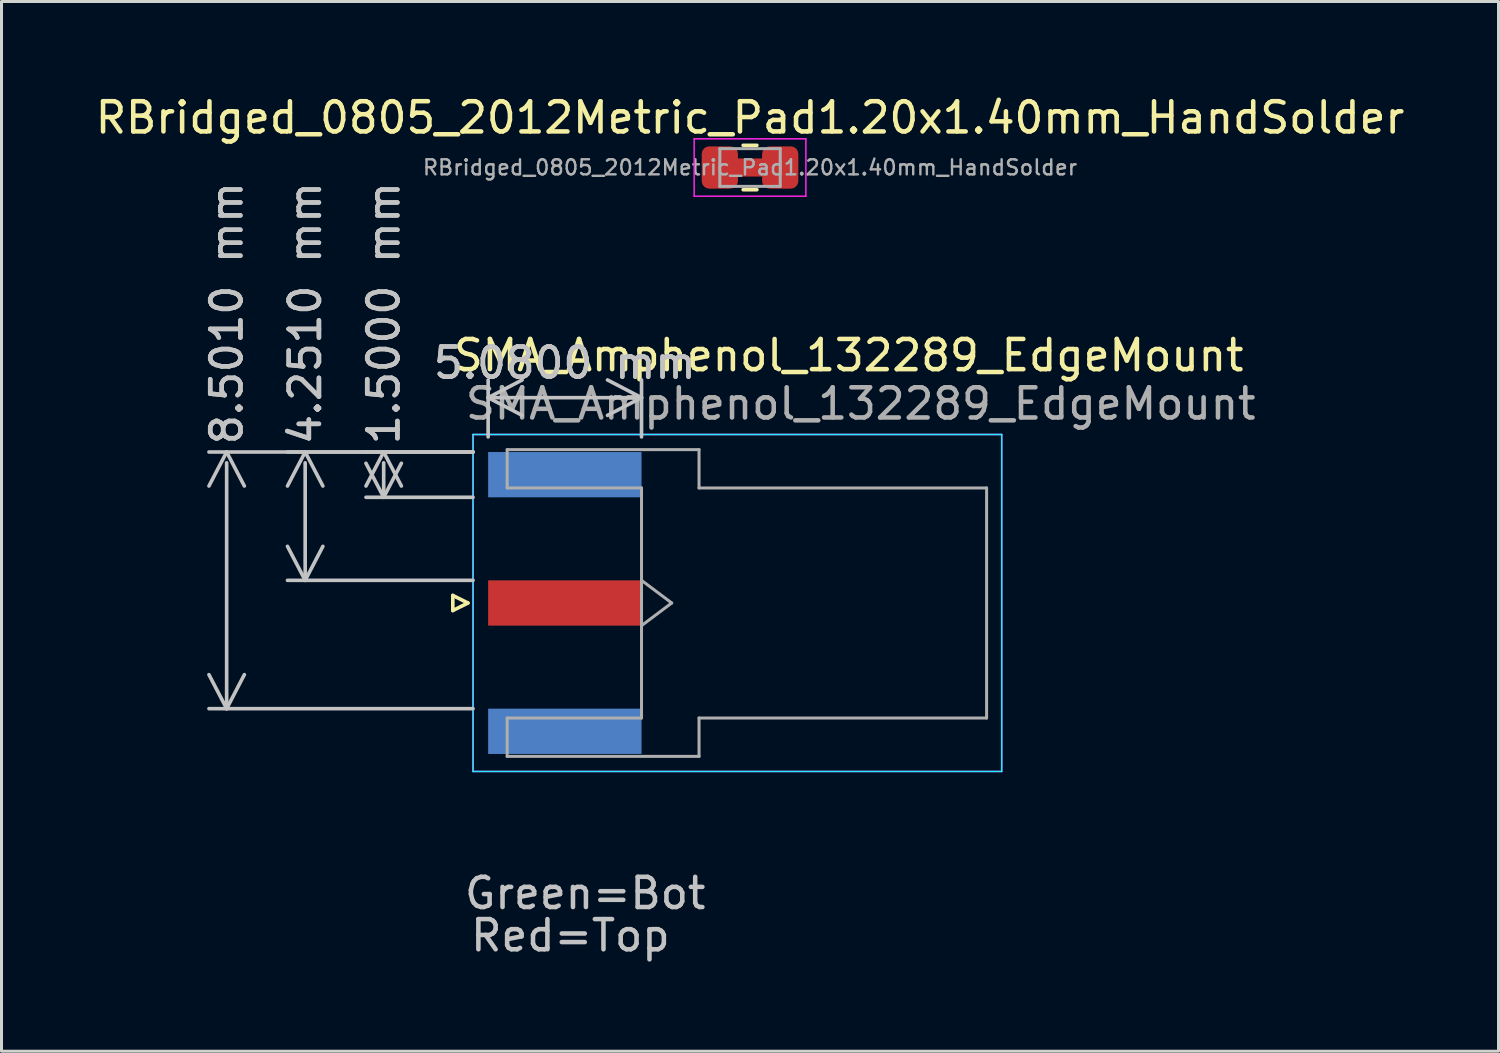
<source format=kicad_pcb>
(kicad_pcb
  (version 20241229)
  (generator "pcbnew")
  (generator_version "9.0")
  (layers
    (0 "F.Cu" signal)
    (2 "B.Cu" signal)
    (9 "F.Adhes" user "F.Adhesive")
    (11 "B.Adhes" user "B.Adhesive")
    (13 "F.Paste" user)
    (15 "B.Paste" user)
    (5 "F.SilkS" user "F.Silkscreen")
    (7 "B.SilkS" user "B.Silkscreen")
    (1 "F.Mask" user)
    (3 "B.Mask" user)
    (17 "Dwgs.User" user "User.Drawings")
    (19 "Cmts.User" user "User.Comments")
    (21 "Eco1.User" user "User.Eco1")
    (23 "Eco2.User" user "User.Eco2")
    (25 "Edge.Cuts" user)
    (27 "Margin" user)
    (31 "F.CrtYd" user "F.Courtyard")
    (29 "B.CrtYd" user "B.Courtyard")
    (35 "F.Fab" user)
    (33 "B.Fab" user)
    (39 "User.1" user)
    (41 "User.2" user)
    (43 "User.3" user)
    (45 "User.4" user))
  (footprint "SMA_Amphenol_132289_EdgeMount"
    (layer "F.Cu")
    (at 15.658 16.922)
    (property "Reference" "SMA_Amphenol_132289_EdgeMount" (at 9.4 -8.2 180) (layer "F.SilkS") (effects (font (size 1 1) (thickness 0.15))))
    (attr smd)
    (fp_line (start -3.71 -0.25) (end -3.71 0.25) (stroke (width 0.12) (type solid)) (layer "F.SilkS"))
    (fp_line (start -3.71 0.25) (end -3.21 0) (stroke (width 0.12) (type solid)) (layer "F.SilkS"))
    (fp_line (start -3.21 0) (end -3.71 -0.25) (stroke (width 0.12) (type solid)) (layer "F.SilkS"))
    (fp_line (start -3.04 5.58) (end -3.04 -5.58) (stroke (width 0.05) (type solid)) (layer "B.CrtYd"))
    (fp_line (start 14.47 -5.58) (end -3.04 -5.58) (stroke (width 0.05) (type solid)) (layer "B.CrtYd"))
    (fp_line (start 14.47 -5.58) (end 14.47 5.58) (stroke (width 0.05) (type solid)) (layer "B.CrtYd"))
    (fp_line (start 14.47 5.58) (end -3.04 5.58) (stroke (width 0.05) (type solid)) (layer "B.CrtYd"))
    (fp_line (start -3.04 5.58) (end -3.04 -5.58) (stroke (width 0.05) (type solid)) (layer "F.CrtYd"))
    (fp_line (start 14.47 -5.58) (end -3.04 -5.58) (stroke (width 0.05) (type solid)) (layer "F.CrtYd"))
    (fp_line (start 14.47 -5.58) (end 14.47 5.58) (stroke (width 0.05) (type solid)) (layer "F.CrtYd"))
    (fp_line (start 14.47 5.58) (end -3.04 5.58) (stroke (width 0.05) (type solid)) (layer "F.CrtYd"))
    (fp_line (start -1.91 -5.08) (end -1.91 -3.81) (stroke (width 0.1) (type solid)) (layer "F.Fab"))
    (fp_line (start -1.91 -5.08) (end 4.445 -5.08) (stroke (width 0.1) (type solid)) (layer "F.Fab"))
    (fp_line (start -1.91 -3.81) (end 2.54 -3.81) (stroke (width 0.1) (type solid)) (layer "F.Fab"))
    (fp_line (start -1.91 3.81) (end -1.91 5.08) (stroke (width 0.1) (type solid)) (layer "F.Fab"))
    (fp_line (start -1.91 5.08) (end 4.445 5.08) (stroke (width 0.1) (type solid)) (layer "F.Fab"))
    (fp_line (start 2.54 -3.81) (end 2.54 3.81) (stroke (width 0.1) (type solid)) (layer "F.Fab"))
    (fp_line (start 2.54 -0.75) (end 3.54 0) (stroke (width 0.1) (type solid)) (layer "F.Fab"))
    (fp_line (start 2.54 3.81) (end -1.91 3.81) (stroke (width 0.1) (type solid)) (layer "F.Fab"))
    (fp_line (start 3.54 0) (end 2.54 0.75) (stroke (width 0.1) (type solid)) (layer "F.Fab"))
    (fp_line (start 4.445 -3.81) (end 4.445 -5.08) (stroke (width 0.1) (type solid)) (layer "F.Fab"))
    (fp_line (start 4.445 -3.81) (end 13.97 -3.81) (stroke (width 0.1) (type solid)) (layer "F.Fab"))
    (fp_line (start 4.445 5.08) (end 4.445 3.81) (stroke (width 0.1) (type solid)) (layer "F.Fab"))
    (fp_line (start 13.97 -3.81) (end 13.97 3.81) (stroke (width 0.1) (type solid)) (layer "F.Fab"))
    (fp_line (start 13.97 3.81) (end 4.445 3.81) (stroke (width 0.1) (type solid)) (layer "F.Fab"))
    (fp_text user "Red=Top" (at -3.2 11.6 0) (unlocked yes) (layer "Dwgs.User") (effects (font (size 1 1) (thickness 0.15)) (justify left bottom)))
    (fp_text user "Green=Bot" (at -3.4 10.2 0) (unlocked yes) (layer "Dwgs.User") (effects (font (size 1 1) (thickness 0.15)) (justify left bottom)))
    (fp_text user "${REFERENCE}" (at 9.8 -6.6 0) (layer "F.Fab") (effects (font (size 1 1) (thickness 0.15))))
    (dimension (type aligned) (layer "Dwgs.User") (pts (xy 13.118 11.921) (xy 13.118 16.172)) (height 6.06) (format (prefix "") (suffix "") (units 3) (units_format 1) (precision 4)) (style (thickness 0.12) (arrow_length 1.27) (text_position_mode 2) (arrow_direction outward) (extension_height 0.586) (extension_offset 0.5) (keep_text_aligned yes)) (gr_text "4.2500 mm" (at 7.058 7.322 90) (layer "Dwgs.User") (effects (font (size 1 1) (thickness 0.15)))))
    (dimension (type aligned) (layer "Dwgs.User") (pts (xy 13.118 11.921) (xy 13.118 13.421)) (height 3.46) (format (prefix "") (suffix "") (units 3) (units_format 1) (precision 4)) (style (thickness 0.12) (arrow_length 1.27) (text_position_mode 2) (arrow_direction outward) (extension_height 0.586) (extension_offset 0.5) (keep_text_aligned yes)) (gr_text "1.5000 mm" (at 9.658 7.322 90) (layer "Dwgs.User") (effects (font (size 1 1) (thickness 0.15)))))
    (dimension (type aligned) (layer "Dwgs.User") (pts (xy 13.118 11.921) (xy 18.198 11.921)) (height -1.8) (format (prefix "") (suffix "") (units 3) (units_format 1) (precision 4)) (style (thickness 0.12) (arrow_length 1.27) (text_position_mode 0) (arrow_direction outward) (extension_height 0.586) (extension_offset 0.5) (keep_text_aligned yes)) (gr_text "5.0800 mm" (at 15.658 8.972 0) (layer "Dwgs.User") (effects (font (size 1 1) (thickness 0.15)))))
    (dimension (type aligned) (layer "Dwgs.User") (pts (xy 13.118 11.921) (xy 13.118 20.422)) (height 8.661) (format (prefix "") (suffix "") (units 3) (units_format 1) (precision 4)) (style (thickness 0.12) (arrow_length 1.27) (text_position_mode 2) (arrow_direction outward) (extension_height 0.586) (extension_offset 0.5) (keep_text_aligned yes)) (gr_text "8.5000 mm" (at 4.458 7.322 90) (layer "Dwgs.User") (effects (font (size 1 1) (thickness 0.15)))))
    (pad "1" smd rect (at 0 0 90) (size 1.5 5.08) (layers "F.Cu" "F.Mask" "F.Paste"))
    (pad "2" smd rect (at 0 -4.25 90) (size 1.5 5.08) (layers "B.Cu" "B.Mask" "B.Paste"))
    (pad "2" smd rect (at 0 4.25 90) (size 1.5 5.08) (layers "B.Cu" "B.Mask" "B.Paste")))
  (footprint "RBridged_0805_2012Metric_Pad1.20x1.40mm_HandSolder"
    (layer "F.Cu")
    (at 21.792 2.498)
    (property "Reference" "RBridged_0805_2012Metric_Pad1.20x1.40mm_HandSolder" (at 0 -1.65 0) (layer "F.SilkS") (effects (font (size 1 1) (thickness 0.15))))
    (attr smd)
    (fp_poly (pts (xy 0.45 0.3) (xy -0.45 0.3) (xy -0.45 -0.3) (xy 0.45 -0.3)) (stroke (width 0) (type solid)) (fill yes) (layer "F.Cu"))
    (fp_line (start -0.227 -0.735) (end 0.227 -0.735) (stroke (width 0.12) (type solid)) (layer "F.SilkS"))
    (fp_line (start -0.227 0.735) (end 0.227 0.735) (stroke (width 0.12) (type solid)) (layer "F.SilkS"))
    (fp_line (start -1.85 -0.95) (end 1.85 -0.95) (stroke (width 0.05) (type solid)) (layer "F.CrtYd"))
    (fp_line (start -1.85 0.95) (end -1.85 -0.95) (stroke (width 0.05) (type solid)) (layer "F.CrtYd"))
    (fp_line (start 1.85 -0.95) (end 1.85 0.95) (stroke (width 0.05) (type solid)) (layer "F.CrtYd"))
    (fp_line (start 1.85 0.95) (end -1.85 0.95) (stroke (width 0.05) (type solid)) (layer "F.CrtYd"))
    (fp_line (start -1 -0.625) (end 1 -0.625) (stroke (width 0.1) (type solid)) (layer "F.Fab"))
    (fp_line (start -1 0.625) (end -1 -0.625) (stroke (width 0.1) (type solid)) (layer "F.Fab"))
    (fp_line (start 1 -0.625) (end 1 0.625) (stroke (width 0.1) (type solid)) (layer "F.Fab"))
    (fp_line (start 1 0.625) (end -1 0.625) (stroke (width 0.1) (type solid)) (layer "F.Fab"))
    (fp_text user "${REFERENCE}" (at 0 0 0) (layer "F.Fab") (effects (font (size 0.5 0.5) (thickness 0.08))))
    (pad "1" smd roundrect (at -1 0) (size 1.2 1.4) (layers "F.Cu" "F.Mask" "F.Paste") (roundrect_rratio 0.208))
    (pad "2" smd roundrect (at 1 0) (size 1.2 1.4) (layers "F.Cu" "F.Mask" "F.Paste") (roundrect_rratio 0.208)))
  (gr_rect
    (start -3 -3)
    (end 46.583 31.768)
    (stroke (width 0.1) (type default))
    (fill no)
    (layer "Edge.Cuts")))
</source>
